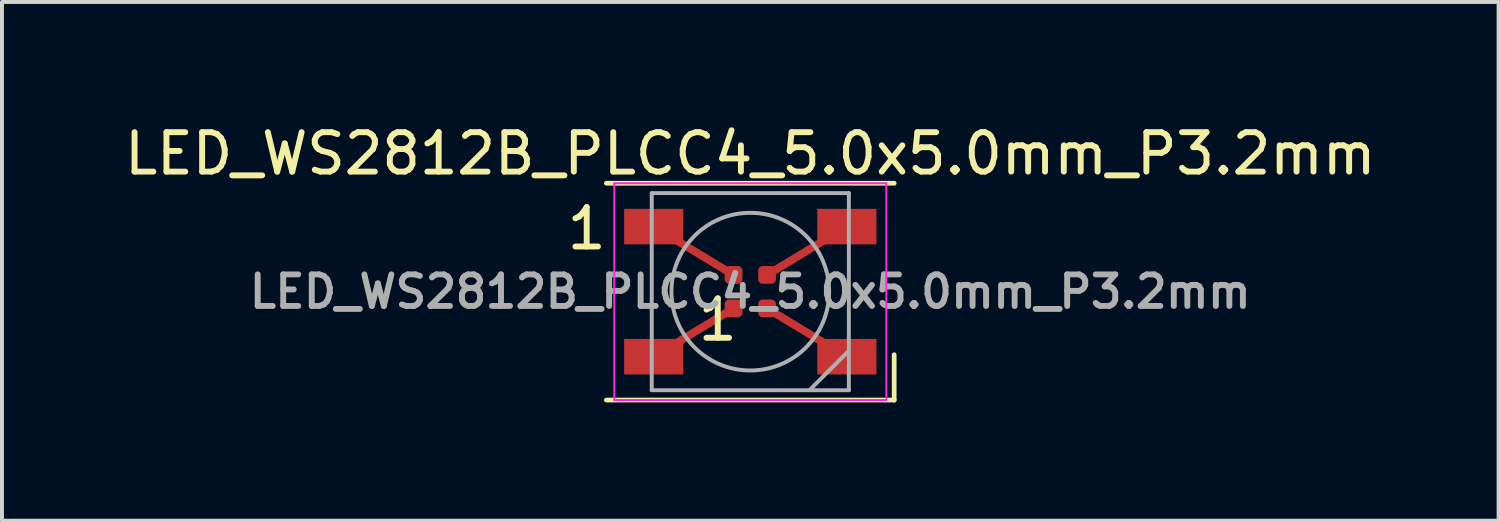
<source format=kicad_pcb>
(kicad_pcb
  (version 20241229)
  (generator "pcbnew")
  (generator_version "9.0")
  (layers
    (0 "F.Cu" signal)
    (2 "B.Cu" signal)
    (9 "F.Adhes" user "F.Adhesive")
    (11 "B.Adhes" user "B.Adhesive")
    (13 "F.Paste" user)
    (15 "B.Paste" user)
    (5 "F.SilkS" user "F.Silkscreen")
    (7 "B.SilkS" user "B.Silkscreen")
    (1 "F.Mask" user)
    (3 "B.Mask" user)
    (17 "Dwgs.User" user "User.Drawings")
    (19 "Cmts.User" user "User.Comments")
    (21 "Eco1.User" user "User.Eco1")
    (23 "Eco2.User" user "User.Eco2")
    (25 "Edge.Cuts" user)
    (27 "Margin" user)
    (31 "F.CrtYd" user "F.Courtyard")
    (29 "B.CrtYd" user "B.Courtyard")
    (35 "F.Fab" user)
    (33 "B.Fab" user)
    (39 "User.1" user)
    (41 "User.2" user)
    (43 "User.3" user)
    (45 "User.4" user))
  (footprint "LED_WS2812B_PLCC4_5.0x5.0mm_P3.2mm"
    (layer "F.Cu")
    (at 15.982 4.348)
    (property "Reference" "LED_WS2812B_PLCC4_5.0x5.0mm_P3.2mm" (at 0 -3.5 0) (layer "F.SilkS") (effects (font (size 1 1) (thickness 0.15))))
    (attr smd)
    (fp_line (start -0.425 -0.425) (end -2.45 -1.65) (stroke (width 0.2) (type default)) (layer "F.Cu"))
    (fp_line (start -0.425 0.425) (end -2.45 1.65) (stroke (width 0.2) (type default)) (layer "F.Cu"))
    (fp_line (start 0.425 -0.425) (end 2.45 -1.65) (stroke (width 0.2) (type default)) (layer "F.Cu"))
    (fp_line (start 0.425 0.425) (end 2.45 1.65) (stroke (width 0.2) (type default)) (layer "F.Cu"))
    (fp_line (start -3.65 -2.75) (end 3.65 -2.75) (stroke (width 0.12) (type solid)) (layer "F.SilkS"))
    (fp_line (start -3.65 2.75) (end 3.65 2.75) (stroke (width 0.12) (type solid)) (layer "F.SilkS"))
    (fp_line (start 3.65 2.75) (end 3.65 1.6) (stroke (width 0.12) (type solid)) (layer "F.SilkS"))
    (fp_line (start -3.45 -2.75) (end -3.45 2.75) (stroke (width 0.05) (type solid)) (layer "F.CrtYd"))
    (fp_line (start -3.45 2.75) (end 3.45 2.75) (stroke (width 0.05) (type solid)) (layer "F.CrtYd"))
    (fp_line (start 3.45 -2.75) (end -3.45 -2.75) (stroke (width 0.05) (type solid)) (layer "F.CrtYd"))
    (fp_line (start 3.45 2.75) (end 3.45 -2.75) (stroke (width 0.05) (type solid)) (layer "F.CrtYd"))
    (fp_line (start -2.5 -2.5) (end -2.5 2.5) (stroke (width 0.1) (type solid)) (layer "F.Fab"))
    (fp_line (start -2.5 2.5) (end 2.5 2.5) (stroke (width 0.1) (type solid)) (layer "F.Fab"))
    (fp_line (start 2.5 -2.5) (end -2.5 -2.5) (stroke (width 0.1) (type solid)) (layer "F.Fab"))
    (fp_line (start 2.5 1.5) (end 1.5 2.5) (stroke (width 0.1) (type solid)) (layer "F.Fab"))
    (fp_line (start 2.5 2.5) (end 2.5 -2.5) (stroke (width 0.1) (type solid)) (layer "F.Fab"))
    (fp_circle (center 0 0) (end 0 -2) (stroke (width 0.1) (type solid)) (fill no) (layer "F.Fab"))
    (fp_text user "1" (at -4.15 -1.6 0) (layer "F.SilkS") (effects (font (size 1 1) (thickness 0.15))))
    (fp_text user "1" (at -1.4 1.3 0) (unlocked yes) (layer "F.SilkS") (effects (font (size 1 1) (thickness 0.15)) (justify left bottom)))
    (fp_text user "${REFERENCE}" (at 0 0 0) (layer "F.Fab") (effects (font (size 0.8 0.8) (thickness 0.15))))
    (pad "1" smd rect (at -2.45 -1.65) (size 1.5 0.9) (layers "F.Cu" "F.Mask" "F.Paste"))
    (pad "1" smd roundrect (at -0.425 0.425) (size 0.45 0.45) (layers "F.Cu" "F.Mask" "F.Paste") (roundrect_rratio 0.25))
    (pad "2" smd rect (at -2.45 1.65) (size 1.5 0.9) (layers "F.Cu" "F.Mask" "F.Paste"))
    (pad "2" smd roundrect (at -0.425 -0.425) (size 0.45 0.45) (layers "F.Cu" "F.Mask" "F.Paste") (roundrect_rratio 0.25))
    (pad "3" smd roundrect (at 0.425 0.425) (size 0.45 0.45) (layers "F.Cu" "F.Mask" "F.Paste") (roundrect_rratio 0.25))
    (pad "3" smd rect (at 2.45 1.65) (size 1.5 0.9) (layers "F.Cu" "F.Mask" "F.Paste"))
    (pad "4" smd roundrect (at 0.425 -0.425) (size 0.45 0.45) (layers "F.Cu" "F.Mask" "F.Paste") (roundrect_rratio 0.25))
    (pad "4" smd rect (at 2.45 -1.65) (size 1.5 0.9) (layers "F.Cu" "F.Mask" "F.Paste")))
  (gr_rect
    (start -3 -3)
    (end 34.964 10.158)
    (stroke (width 0.1) (type default))
    (fill no)
    (layer "Edge.Cuts")))
</source>
